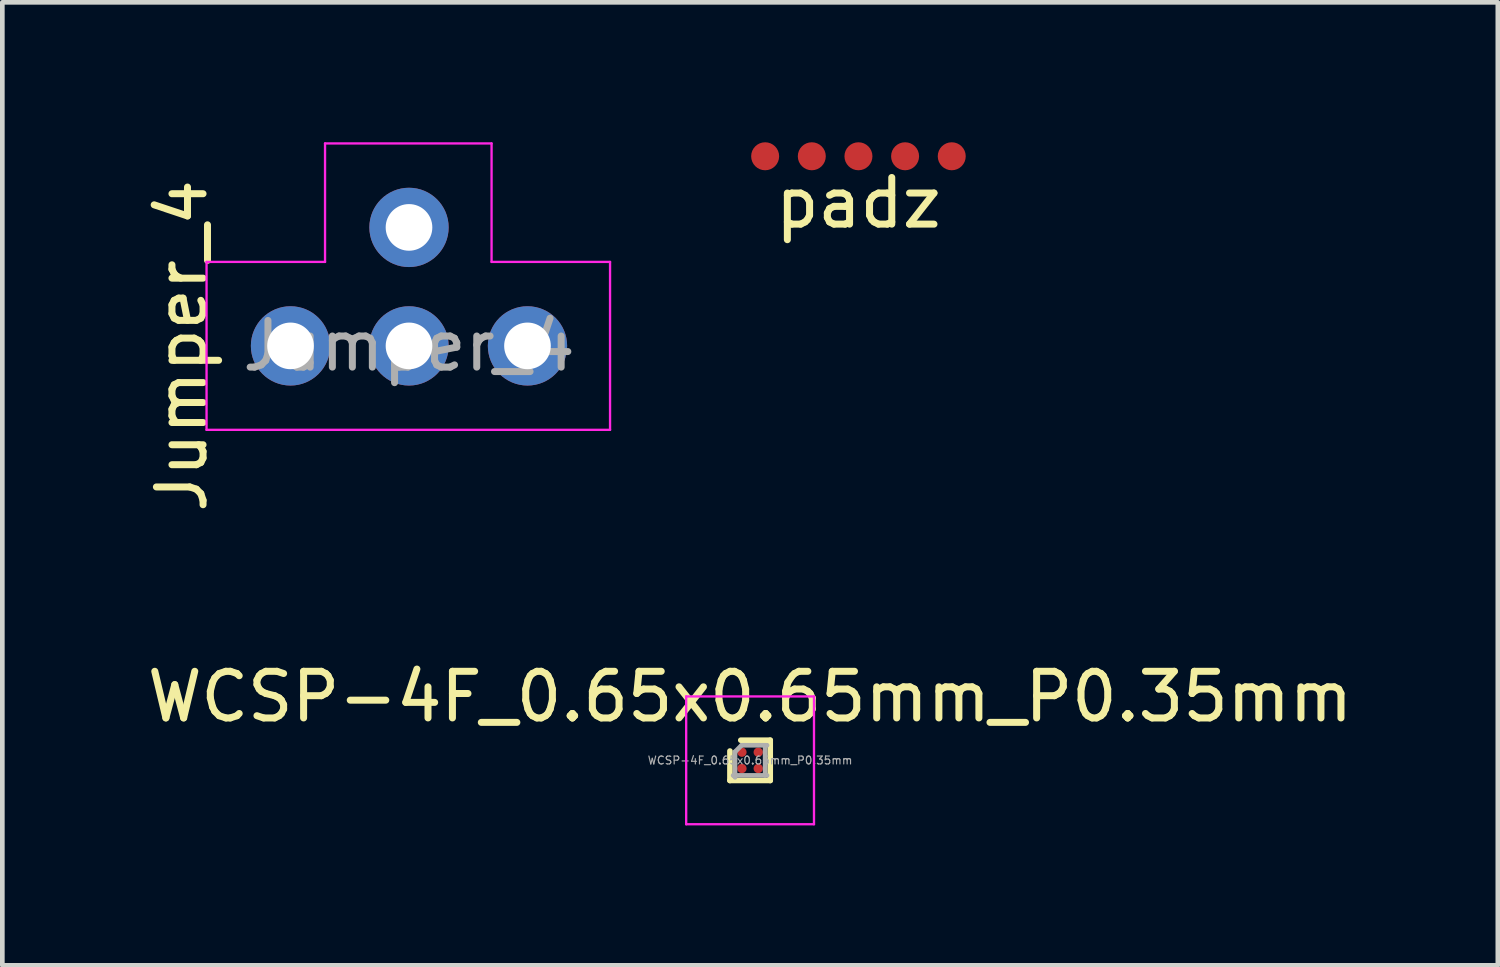
<source format=kicad_pcb>
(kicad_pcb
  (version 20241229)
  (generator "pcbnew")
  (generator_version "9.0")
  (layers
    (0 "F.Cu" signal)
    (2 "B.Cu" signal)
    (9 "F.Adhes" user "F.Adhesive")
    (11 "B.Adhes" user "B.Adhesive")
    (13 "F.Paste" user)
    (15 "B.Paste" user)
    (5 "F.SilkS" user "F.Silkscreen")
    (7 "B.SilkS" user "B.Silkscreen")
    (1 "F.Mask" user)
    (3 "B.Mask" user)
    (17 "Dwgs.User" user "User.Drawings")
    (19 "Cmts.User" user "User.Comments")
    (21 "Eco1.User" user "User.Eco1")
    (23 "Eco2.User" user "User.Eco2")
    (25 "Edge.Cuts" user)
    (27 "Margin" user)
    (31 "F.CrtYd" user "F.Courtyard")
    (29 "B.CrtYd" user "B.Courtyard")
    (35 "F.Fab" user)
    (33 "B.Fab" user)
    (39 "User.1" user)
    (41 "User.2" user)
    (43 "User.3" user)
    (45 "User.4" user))
  (footprint "Jumper_4"
    (layer "F.Cu")
    (at 5.718 4.365)
    (property "Reference" "Jumper_4" (at -4.87 0 90) (layer "F.SilkS") (effects (font (size 1 1) (thickness 0.15))))
    (attr through_hole)
    (fp_line (start -4.34 -1.8) (end -4.34 1.8) (stroke (width 0.05) (type solid)) (layer "F.CrtYd"))
    (fp_line (start -4.34 1.8) (end 4.31 1.8) (stroke (width 0.05) (type solid)) (layer "F.CrtYd"))
    (fp_line (start -1.8 -1.8) (end -4.34 -1.8) (stroke (width 0.05) (type solid)) (layer "F.CrtYd"))
    (fp_line (start -1.8 -1.8) (end -1.8 -4.34) (stroke (width 0.05) (type solid)) (layer "F.CrtYd"))
    (fp_line (start 1.77 -4.34) (end -1.8 -4.34) (stroke (width 0.05) (type solid)) (layer "F.CrtYd"))
    (fp_line (start 1.77 -1.8) (end 1.77 -4.34) (stroke (width 0.05) (type solid)) (layer "F.CrtYd"))
    (fp_line (start 4.31 -1.8) (end 1.77 -1.8) (stroke (width 0.05) (type solid)) (layer "F.CrtYd"))
    (fp_line (start 4.31 1.8) (end 4.31 -1.8) (stroke (width 0.05) (type solid)) (layer "F.CrtYd"))
    (fp_text user "${REFERENCE}" (at 0 0 180) (layer "F.Fab") (effects (font (size 1 1) (thickness 0.15))))
    (pad "1" thru_hole oval (at -2.54 0 90) (size 1.7 1.7) (drill 1) (layers "*.Cu" "*.Mask"))
    (pad "2" thru_hole oval (at 0 0 90) (size 1.7 1.7) (drill 1) (layers "*.Cu" "*.Mask"))
    (pad "3" thru_hole oval (at 2.54 0 90) (size 1.7 1.7) (drill 1) (layers "*.Cu" "*.Mask"))
    (pad "4" thru_hole oval (at 0 -2.54 90) (size 1.7 1.7) (drill 1) (layers "*.Cu" "*.Mask")))
  (footprint "WCSP-4F_0.65x0.65mm_P0.35mm"
    (layer "F.Cu")
    (at 13.03 13.25)
    (property "Reference" "WCSP-4F_0.65x0.65mm_P0.35mm" (at 0 -1.364 0) (layer "F.SilkS") (effects (font (size 1 1) (thickness 0.15))))
    (attr smd)
    (fp_line (start -0.432 0.432) (end -0.432 -0.2) (stroke (width 0.12) (type solid)) (layer "F.SilkS"))
    (fp_line (start -0.2 -0.432) (end 0.432 -0.432) (stroke (width 0.12) (type solid)) (layer "F.SilkS"))
    (fp_line (start 0.432 -0.432) (end 0.432 0.432) (stroke (width 0.12) (type solid)) (layer "F.SilkS"))
    (fp_line (start 0.432 0.432) (end -0.432 0.432) (stroke (width 0.12) (type solid)) (layer "F.SilkS"))
    (fp_line (start -1.37 -1.37) (end -1.37 1.37) (stroke (width 0.05) (type solid)) (layer "F.CrtYd"))
    (fp_line (start -1.37 1.37) (end 1.37 1.37) (stroke (width 0.05) (type solid)) (layer "F.CrtYd"))
    (fp_line (start 1.37 -1.37) (end -1.37 -1.37) (stroke (width 0.05) (type solid)) (layer "F.CrtYd"))
    (fp_line (start 1.37 1.37) (end 1.37 -1.37) (stroke (width 0.05) (type solid)) (layer "F.CrtYd"))
    (fp_line (start -0.323 -0.182) (end -0.182 -0.323) (stroke (width 0.1) (type solid)) (layer "F.Fab"))
    (fp_line (start -0.323 0.364) (end -0.323 -0.182) (stroke (width 0.1) (type solid)) (layer "F.Fab"))
    (fp_line (start -0.182 -0.323) (end 0.364 -0.323) (stroke (width 0.1) (type solid)) (layer "F.Fab"))
    (fp_line (start 0.323 -0.323) (end 0.323 0.323) (stroke (width 0.1) (type solid)) (layer "F.Fab"))
    (fp_line (start 0.364 0.323) (end -0.364 0.323) (stroke (width 0.1) (type solid)) (layer "F.Fab"))
    (fp_text user "${REFERENCE}" (at 0 0 0) (layer "F.Fab") (effects (font (size 0.17 0.17) (thickness 0.025))))
    (pad "A1" smd circle (at -0.175 -0.175) (size 0.2 0.2) (layers "F.Cu" "F.Mask" "F.Paste"))
    (pad "A2" smd circle (at 0.175 -0.175) (size 0.2 0.2) (layers "F.Cu" "F.Mask" "F.Paste"))
    (pad "B1" smd circle (at -0.175 0.175) (size 0.2 0.2) (layers "F.Cu" "F.Mask" "F.Paste"))
    (pad "B2" smd circle (at 0.175 0.175) (size 0.2 0.2) (layers "F.Cu" "F.Mask" "F.Paste")))
  (footprint "padz"
    (layer "F.Cu")
    (at 15.353 0.3)
    (property "Reference" "padz" (at 0 1 0) (layer "F.SilkS") (effects (font (size 1 1) (thickness 0.15))))
    (attr through_hole)
    (pad "1" smd circle (at -2 0) (size 0.6 0.6) (layers "F.Cu" "F.Mask"))
    (pad "2" smd circle (at -1 0) (size 0.6 0.6) (layers "F.Cu" "F.Mask"))
    (pad "3" smd circle (at 0 0) (size 0.6 0.6) (layers "F.Cu" "F.Mask"))
    (pad "4" smd circle (at 1 0) (size 0.6 0.6) (layers "F.Cu" "F.Mask"))
    (pad "5" smd circle (at 2 0) (size 0.6 0.6) (layers "F.Cu" "F.Mask")))
  (gr_rect
    (start -3 -3)
    (end 29.06 17.645)
    (stroke (width 0.1) (type default))
    (fill no)
    (layer "Edge.Cuts")))
</source>
